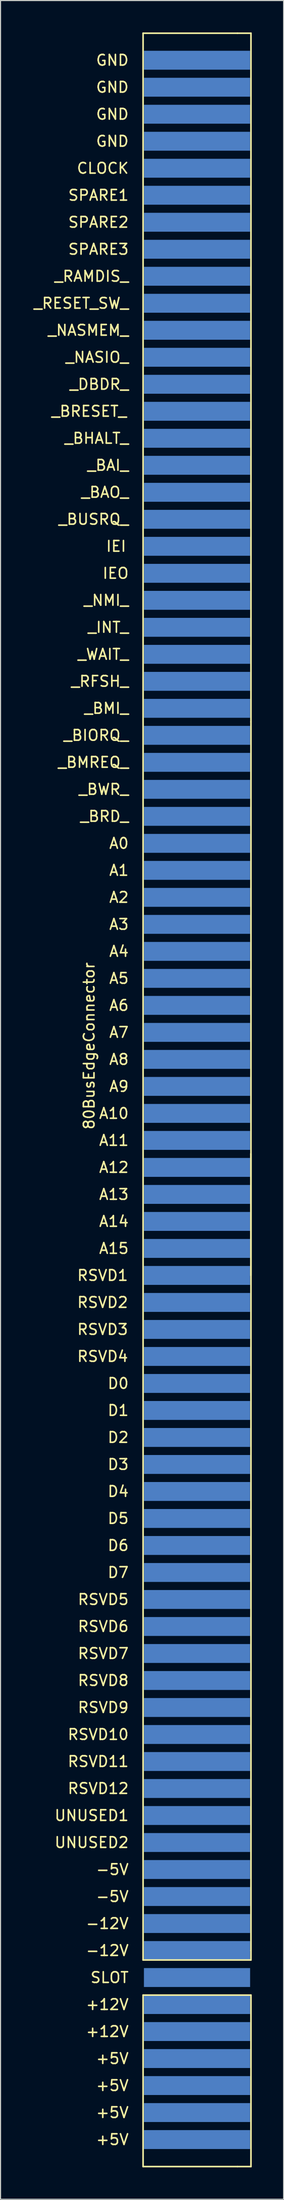
<source format=kicad_pcb>
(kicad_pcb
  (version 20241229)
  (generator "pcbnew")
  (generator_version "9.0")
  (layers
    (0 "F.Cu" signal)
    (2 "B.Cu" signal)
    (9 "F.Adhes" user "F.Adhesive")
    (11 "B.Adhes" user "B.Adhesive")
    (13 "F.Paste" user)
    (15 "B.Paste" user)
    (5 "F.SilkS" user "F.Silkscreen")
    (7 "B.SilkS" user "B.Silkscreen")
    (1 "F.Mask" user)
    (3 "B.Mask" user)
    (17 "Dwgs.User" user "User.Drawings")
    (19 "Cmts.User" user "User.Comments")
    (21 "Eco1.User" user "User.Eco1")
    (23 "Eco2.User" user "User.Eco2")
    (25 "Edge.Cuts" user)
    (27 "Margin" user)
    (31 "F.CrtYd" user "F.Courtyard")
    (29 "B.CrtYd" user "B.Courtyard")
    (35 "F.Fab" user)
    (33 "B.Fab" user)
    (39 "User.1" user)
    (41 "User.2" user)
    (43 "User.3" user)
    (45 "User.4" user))
  (footprint "80BusEdgeConnector"
    (layer "F.Cu")
    (at 14.235 111.835)
    (property "Reference" "80BusEdgeConnector" (at -8.89 -16.51 90) (layer "F.SilkS") (effects (font (size 1 1) (thickness 0.15))))
    (attr through_hole)
    (fp_line (start -3.81 -111.76) (end 5.08 -111.76) (stroke (width 0.15) (type solid)) (layer "F.SilkS"))
    (fp_line (start -3.81 69.469) (end -3.81 -111.76) (stroke (width 0.15) (type solid)) (layer "F.SilkS"))
    (fp_line (start -3.81 69.469) (end 6.35 69.469) (stroke (width 0.15) (type solid)) (layer "F.SilkS"))
    (fp_line (start -3.81 72.771) (end -3.81 88.9) (stroke (width 0.15) (type solid)) (layer "F.SilkS"))
    (fp_line (start -3.81 72.771) (end 6.35 72.771) (stroke (width 0.15) (type solid)) (layer "F.SilkS"))
    (fp_line (start 5.08 -111.76) (end 6.35 -111.76) (stroke (width 0.15) (type solid)) (layer "F.SilkS"))
    (fp_line (start 5.08 88.9) (end -3.81 88.9) (stroke (width 0.15) (type solid)) (layer "F.SilkS"))
    (fp_line (start 5.08 88.9) (end 6.35 88.9) (stroke (width 0.15) (type solid)) (layer "F.SilkS"))
    (fp_line (start 6.35 -111.76) (end 6.35 -46.99) (stroke (width 0.15) (type solid)) (layer "F.SilkS"))
    (fp_line (start 6.35 -6.35) (end 6.35 -46.99) (stroke (width 0.15) (type solid)) (layer "F.SilkS"))
    (fp_line (start 6.35 -6.35) (end 6.35 5.08) (stroke (width 0.15) (type solid)) (layer "F.SilkS"))
    (fp_line (start 6.35 68.58) (end 6.35 -6.35) (stroke (width 0.15) (type solid)) (layer "F.SilkS"))
    (fp_line (start 6.35 69.469) (end 6.35 68.58) (stroke (width 0.15) (type solid)) (layer "F.SilkS"))
    (fp_line (start 6.35 72.771) (end 6.35 88.9) (stroke (width 0.15) (type solid)) (layer "F.SilkS"))
    (fp_text user "_RESET_SW_" (at -5.08 -86.36 0) (layer "F.SilkS") (effects (font (size 1 1) (thickness 0.15)) (justify right)))
    (fp_text user "-5V" (at -5.08 60.96 0) (layer "F.SilkS") (effects (font (size 1 1) (thickness 0.15)) (justify right)))
    (fp_text user "RSVD4" (at -7.62 12.7 0) (layer "F.SilkS") (effects (font (size 1 1) (thickness 0.15))))
    (fp_text user "A3" (at -5.08 -27.94 0) (layer "F.SilkS") (effects (font (size 1 1) (thickness 0.15)) (justify right)))
    (fp_text user "D2" (at -5.08 20.32 0) (layer "F.SilkS") (effects (font (size 1 1) (thickness 0.15)) (justify right)))
    (fp_text user "A14" (at -5.08 0 0) (layer "F.SilkS") (effects (font (size 1 1) (thickness 0.15)) (justify right)))
    (fp_text user "D4" (at -5.08 25.4 0) (layer "F.SilkS") (effects (font (size 1 1) (thickness 0.15)) (justify right)))
    (fp_text user "RSVD2" (at -7.62 7.62 0) (layer "F.SilkS") (effects (font (size 1 1) (thickness 0.15))))
    (fp_text user "A7" (at -5.08 -17.78 0) (layer "F.SilkS") (effects (font (size 1 1) (thickness 0.15)) (justify right)))
    (fp_text user "RSVD5" (at -5.08 35.56 0) (layer "F.SilkS") (effects (font (size 1 1) (thickness 0.15)) (justify right)))
    (fp_text user "_RFSH_" (at -5.08 -50.8 0) (layer "F.SilkS") (effects (font (size 1 1) (thickness 0.15)) (justify right)))
    (fp_text user "_NMI_" (at -5.08 -58.42 0) (layer "F.SilkS") (effects (font (size 1 1) (thickness 0.15)) (justify right)))
    (fp_text user "-12V" (at -5.08 66.04 0) (layer "F.SilkS") (effects (font (size 1 1) (thickness 0.15)) (justify right)))
    (fp_text user "RSVD9" (at -5.08 45.72 0) (layer "F.SilkS") (effects (font (size 1 1) (thickness 0.15)) (justify right)))
    (fp_text user "RSVD6" (at -5.08 38.1 0) (layer "F.SilkS") (effects (font (size 1 1) (thickness 0.15)) (justify right)))
    (fp_text user "RSVD10" (at -5.08 48.26 0) (layer "F.SilkS") (effects (font (size 1 1) (thickness 0.15)) (justify right)))
    (fp_text user "_WAIT_" (at -5.08 -53.34 0) (layer "F.SilkS") (effects (font (size 1 1) (thickness 0.15)) (justify right)))
    (fp_text user "_BUSRQ_" (at -5.08 -66.04 0) (layer "F.SilkS") (effects (font (size 1 1) (thickness 0.15)) (justify right)))
    (fp_text user "UNUSED2" (at -5.08 58.42 0) (layer "F.SilkS") (effects (font (size 1 1) (thickness 0.15)) (justify right)))
    (fp_text user "D5" (at -5.08 27.94 0) (layer "F.SilkS") (effects (font (size 1 1) (thickness 0.15)) (justify right)))
    (fp_text user "A0" (at -5.08 -35.56 0) (layer "F.SilkS") (effects (font (size 1 1) (thickness 0.15)) (justify right)))
    (fp_text user "+5V" (at -5.08 83.82 0) (layer "F.SilkS") (effects (font (size 1 1) (thickness 0.15)) (justify right)))
    (fp_text user "GND" (at -5.08 -104.14 0) (layer "F.SilkS") (effects (font (size 1 1) (thickness 0.15)) (justify right)))
    (fp_text user "D0" (at -5.08 15.24 0) (layer "F.SilkS") (effects (font (size 1 1) (thickness 0.15)) (justify right)))
    (fp_text user "IEO" (at -5.08 -60.96 0) (layer "F.SilkS") (effects (font (size 1 1) (thickness 0.15)) (justify right)))
    (fp_text user "D3" (at -5.08 22.86 0) (layer "F.SilkS") (effects (font (size 1 1) (thickness 0.15)) (justify right)))
    (fp_text user "_BRESET_" (at -8.89 -76.2 0) (layer "F.SilkS") (effects (font (size 1 1) (thickness 0.15))))
    (fp_text user "SPARE1" (at -5.08 -96.52 0) (layer "F.SilkS") (effects (font (size 1 1) (thickness 0.15)) (justify right)))
    (fp_text user "RSVD12" (at -5.08 53.34 0) (layer "F.SilkS") (effects (font (size 1 1) (thickness 0.15)) (justify right)))
    (fp_text user "A15" (at -5.08 2.54 0) (layer "F.SilkS") (effects (font (size 1 1) (thickness 0.15)) (justify right)))
    (fp_text user "+12V" (at -5.08 73.66 0) (layer "F.SilkS") (effects (font (size 1 1) (thickness 0.15)) (justify right)))
    (fp_text user "SPARE3" (at -5.08 -91.44 0) (layer "F.SilkS") (effects (font (size 1 1) (thickness 0.15)) (justify right)))
    (fp_text user "A5" (at -5.08 -22.86 0) (layer "F.SilkS") (effects (font (size 1 1) (thickness 0.15)) (justify right)))
    (fp_text user "_RAMDIS_" (at -5.08 -88.9 0) (layer "F.SilkS") (effects (font (size 1 1) (thickness 0.15)) (justify right)))
    (fp_text user "A9" (at -5.08 -12.7 0) (layer "F.SilkS") (effects (font (size 1 1) (thickness 0.15)) (justify right)))
    (fp_text user "_BMREQ_" (at -5.08 -43.18 0) (layer "F.SilkS") (effects (font (size 1 1) (thickness 0.15)) (justify right)))
    (fp_text user "_INT_" (at -5.08 -55.88 0) (layer "F.SilkS") (effects (font (size 1 1) (thickness 0.15)) (justify right)))
    (fp_text user "A12" (at -5.08 -5.08 0) (layer "F.SilkS") (effects (font (size 1 1) (thickness 0.15)) (justify right)))
    (fp_text user "D1" (at -5.08 17.78 0) (layer "F.SilkS") (effects (font (size 1 1) (thickness 0.15)) (justify right)))
    (fp_text user "RSVD11" (at -5.08 50.8 0) (layer "F.SilkS") (effects (font (size 1 1) (thickness 0.15)) (justify right)))
    (fp_text user "A6" (at -5.08 -20.32 0) (layer "F.SilkS") (effects (font (size 1 1) (thickness 0.15)) (justify right)))
    (fp_text user "IEI" (at -6.35 -63.5 0) (layer "F.SilkS") (effects (font (size 1 1) (thickness 0.15))))
    (fp_text user "+12V" (at -5.08 76.2 0) (layer "F.SilkS") (effects (font (size 1 1) (thickness 0.15)) (justify right)))
    (fp_text user "_BRD_" (at -5.08 -38.1 0) (layer "F.SilkS") (effects (font (size 1 1) (thickness 0.15)) (justify right)))
    (fp_text user "+5V" (at -5.08 86.36 0) (layer "F.SilkS") (effects (font (size 1 1) (thickness 0.15)) (justify right)))
    (fp_text user "_BHALT_" (at -5.08 -73.66 0) (layer "F.SilkS") (effects (font (size 1 1) (thickness 0.15)) (justify right)))
    (fp_text user "+5V" (at -5.08 81.28 0) (layer "F.SilkS") (effects (font (size 1 1) (thickness 0.15)) (justify right)))
    (fp_text user "SLOT" (at -5.08 71.12 0) (layer "F.SilkS") (effects (font (size 1 1) (thickness 0.15)) (justify right)))
    (fp_text user "GND" (at -5.08 -109.22 0) (layer "F.SilkS") (effects (font (size 1 1) (thickness 0.15)) (justify right)))
    (fp_text user "CLOCK" (at -5.08 -99.06 0) (layer "F.SilkS") (effects (font (size 1 1) (thickness 0.15)) (justify right)))
    (fp_text user "A8" (at -5.08 -15.24 0) (layer "F.SilkS") (effects (font (size 1 1) (thickness 0.15)) (justify right)))
    (fp_text user "RSVD1" (at -7.62 5.08 0) (layer "F.SilkS") (effects (font (size 1 1) (thickness 0.15))))
    (fp_text user "_BAI_" (at -5.08 -71.12 0) (layer "F.SilkS") (effects (font (size 1 1) (thickness 0.15)) (justify right)))
    (fp_text user "A1" (at -5.08 -33.02 0) (layer "F.SilkS") (effects (font (size 1 1) (thickness 0.15)) (justify right)))
    (fp_text user "D7" (at -5.08 33.02 0) (layer "F.SilkS") (effects (font (size 1 1) (thickness 0.15)) (justify right)))
    (fp_text user "A13" (at -5.08 -2.54 0) (layer "F.SilkS") (effects (font (size 1 1) (thickness 0.15)) (justify right)))
    (fp_text user "_NASMEM_" (at -5.08 -83.82 0) (layer "F.SilkS") (effects (font (size 1 1) (thickness 0.15)) (justify right)))
    (fp_text user "A2" (at -5.08 -30.48 0) (layer "F.SilkS") (effects (font (size 1 1) (thickness 0.15)) (justify right)))
    (fp_text user "_BIORQ_" (at -5.08 -45.72 0) (layer "F.SilkS") (effects (font (size 1 1) (thickness 0.15)) (justify right)))
    (fp_text user "_BAO_" (at -5.08 -68.58 0) (layer "F.SilkS") (effects (font (size 1 1) (thickness 0.15)) (justify right)))
    (fp_text user "+5V" (at -5.08 78.74 0) (layer "F.SilkS") (effects (font (size 1 1) (thickness 0.15)) (justify right)))
    (fp_text user "D6" (at -5.08 30.48 0) (layer "F.SilkS") (effects (font (size 1 1) (thickness 0.15)) (justify right)))
    (fp_text user "RSVD7" (at -5.08 40.64 0) (layer "F.SilkS") (effects (font (size 1 1) (thickness 0.15)) (justify right)))
    (fp_text user "A10" (at -5.08 -10.16 0) (layer "F.SilkS") (effects (font (size 1 1) (thickness 0.15)) (justify right)))
    (fp_text user "SPARE2" (at -5.08 -93.98 0) (layer "F.SilkS") (effects (font (size 1 1) (thickness 0.15)) (justify right)))
    (fp_text user "UNUSED1" (at -5.08 55.88 0) (layer "F.SilkS") (effects (font (size 1 1) (thickness 0.15)) (justify right)))
    (fp_text user "-5V" (at -5.08 63.5 0) (layer "F.SilkS") (effects (font (size 1 1) (thickness 0.15)) (justify right)))
    (fp_text user "RSVD8" (at -5.08 43.18 0) (layer "F.SilkS") (effects (font (size 1 1) (thickness 0.15)) (justify right)))
    (fp_text user "RSVD3" (at -7.62 10.16 0) (layer "F.SilkS") (effects (font (size 1 1) (thickness 0.15))))
    (fp_text user "GND" (at -5.08 -101.6 0) (layer "F.SilkS") (effects (font (size 1 1) (thickness 0.15)) (justify right)))
    (fp_text user "_NASIO_" (at -5.08 -81.28 0) (layer "F.SilkS") (effects (font (size 1 1) (thickness 0.15)) (justify right)))
    (fp_text user "_BMI_" (at -5.08 -48.26 0) (layer "F.SilkS") (effects (font (size 1 1) (thickness 0.15)) (justify right)))
    (fp_text user "GND" (at -5.08 -106.68 0) (layer "F.SilkS") (effects (font (size 1 1) (thickness 0.15)) (justify right)))
    (fp_text user "_DBDR_" (at -5.08 -78.74 0) (layer "F.SilkS") (effects (font (size 1 1) (thickness 0.15)) (justify right)))
    (fp_text user "A11" (at -5.08 -7.62 0) (layer "F.SilkS") (effects (font (size 1 1) (thickness 0.15)) (justify right)))
    (fp_text user "-12V" (at -5.08 68.58 0) (layer "F.SilkS") (effects (font (size 1 1) (thickness 0.15)) (justify right)))
    (fp_text user "A4" (at -5.08 -25.4 0) (layer "F.SilkS") (effects (font (size 1 1) (thickness 0.15)) (justify right)))
    (fp_text user "_BWR_" (at -5.08 -40.64 0) (layer "F.SilkS") (effects (font (size 1 1) (thickness 0.15)) (justify right)))
    (pad "1" connect rect (at 1.27 -109.22 90) (size 1.778 10) (layers "B.Cu" "B.Mask"))
    (pad "2" connect rect (at 1.27 -106.68 90) (size 1.778 10) (layers "B.Cu" "B.Mask"))
    (pad "3" connect rect (at 1.27 -104.14 90) (size 1.778 10) (layers "B.Cu" "B.Mask"))
    (pad "4" connect rect (at 1.27 -101.6 90) (size 1.778 10) (layers "B.Cu" "B.Mask"))
    (pad "5" connect rect (at 1.27 -99.06 90) (size 1.778 10) (layers "B.Cu" "B.Mask"))
    (pad "6" connect rect (at 1.27 -96.52 90) (size 1.778 10) (layers "B.Cu" "B.Mask"))
    (pad "7" connect rect (at 1.27 -93.98 90) (size 1.778 10) (layers "B.Cu" "B.Mask"))
    (pad "8" connect rect (at 1.27 -91.44 90) (size 1.778 10) (layers "B.Cu" "B.Mask"))
    (pad "9" connect rect (at 1.27 -88.9 90) (size 1.778 10) (layers "B.Cu" "B.Mask"))
    (pad "10" connect rect (at 1.27 -86.36 90) (size 1.778 10) (layers "B.Cu" "B.Mask"))
    (pad "11" connect rect (at 1.27 -83.82 90) (size 1.778 10) (layers "B.Cu" "B.Mask"))
    (pad "12" connect rect (at 1.27 -81.28 90) (size 1.778 10) (layers "B.Cu" "B.Mask"))
    (pad "13" connect rect (at 1.27 -78.74 90) (size 1.778 10) (layers "B.Cu" "B.Mask"))
    (pad "14" connect rect (at 1.27 -76.2 90) (size 1.778 10) (layers "B.Cu" "B.Mask"))
    (pad "15" connect rect (at 1.27 -73.66 90) (size 1.778 10) (layers "B.Cu" "B.Mask"))
    (pad "16" connect rect (at 1.27 -71.12 90) (size 1.778 10) (layers "B.Cu" "B.Mask"))
    (pad "17" connect rect (at 1.27 -68.58 90) (size 1.778 10) (layers "B.Cu" "B.Mask"))
    (pad "18" connect rect (at 1.27 -66.04 90) (size 1.778 10) (layers "B.Cu" "B.Mask"))
    (pad "19" connect rect (at 1.27 -63.5 90) (size 1.778 10) (layers "B.Cu" "B.Mask"))
    (pad "20" connect rect (at 1.27 -60.96 90) (size 1.778 10) (layers "B.Cu" "B.Mask"))
    (pad "21" connect rect (at 1.27 -58.42 90) (size 1.778 10) (layers "B.Cu" "B.Mask"))
    (pad "22" connect rect (at 1.27 -55.88 90) (size 1.778 10) (layers "B.Cu" "B.Mask"))
    (pad "23" connect rect (at 1.27 -53.34 90) (size 1.778 10) (layers "B.Cu" "B.Mask"))
    (pad "24" connect rect (at 1.27 -50.8 90) (size 1.778 10) (layers "B.Cu" "B.Mask"))
    (pad "25" connect rect (at 1.27 -48.26 90) (size 1.778 10) (layers "B.Cu" "B.Mask"))
    (pad "26" connect rect (at 1.27 -45.72 90) (size 1.778 10) (layers "B.Cu" "B.Mask"))
    (pad "27" connect rect (at 1.27 -43.18 90) (size 1.778 10) (layers "B.Cu" "B.Mask"))
    (pad "28" connect rect (at 1.27 -40.64 90) (size 1.778 10) (layers "B.Cu" "B.Mask"))
    (pad "29" connect rect (at 1.27 -38.1 90) (size 1.778 10) (layers "B.Cu" "B.Mask"))
    (pad "30" connect rect (at 1.27 -35.56 90) (size 1.778 10) (layers "B.Cu" "B.Mask"))
    (pad "31" connect rect (at 1.27 -33.02 90) (size 1.778 10) (layers "B.Cu" "B.Mask"))
    (pad "32" connect rect (at 1.27 -30.48 90) (size 1.778 10) (layers "B.Cu" "B.Mask"))
    (pad "33" connect rect (at 1.27 -27.94 90) (size 1.778 10) (layers "B.Cu" "B.Mask"))
    (pad "34" connect rect (at 1.27 -25.4 90) (size 1.778 10) (layers "B.Cu" "B.Mask"))
    (pad "35" connect rect (at 1.27 -22.86 90) (size 1.778 10) (layers "B.Cu" "B.Mask"))
    (pad "36" connect rect (at 1.27 -20.32 90) (size 1.778 10) (layers "B.Cu" "B.Mask"))
    (pad "37" connect rect (at 1.27 -17.78 90) (size 1.778 10) (layers "B.Cu" "B.Mask"))
    (pad "38" connect rect (at 1.27 -15.24 90) (size 1.778 10) (layers "B.Cu" "B.Mask"))
    (pad "39" connect rect (at 1.27 -12.7 90) (size 1.778 10) (layers "B.Cu" "B.Mask"))
    (pad "40" connect rect (at 1.27 -10.16 90) (size 1.778 10) (layers "B.Cu" "B.Mask"))
    (pad "41" connect rect (at 1.27 -7.62 90) (size 1.778 10) (layers "B.Cu" "B.Mask"))
    (pad "42" connect rect (at 1.27 -5.08 90) (size 1.778 10) (layers "B.Cu" "B.Mask"))
    (pad "43" connect rect (at 1.27 -2.54 90) (size 1.778 10) (layers "B.Cu" "B.Mask"))
    (pad "44" connect rect (at 1.27 0 90) (size 1.778 10) (layers "B.Cu" "B.Mask"))
    (pad "45" connect rect (at 1.27 2.54 90) (size 1.778 10) (layers "B.Cu" "B.Mask"))
    (pad "46" connect rect (at 1.27 5.08 90) (size 1.778 10) (layers "B.Cu" "B.Mask"))
    (pad "47" connect rect (at 1.27 7.62 90) (size 1.778 10) (layers "B.Cu" "B.Mask"))
    (pad "48" connect rect (at 1.27 10.16 90) (size 1.778 10) (layers "B.Cu" "B.Mask"))
    (pad "49" connect rect (at 1.27 12.7 90) (size 1.778 10) (layers "B.Cu" "B.Mask"))
    (pad "50" connect rect (at 1.27 15.24 90) (size 1.778 10) (layers "B.Cu" "B.Mask"))
    (pad "51" connect rect (at 1.27 17.78 90) (size 1.778 10) (layers "B.Cu" "B.Mask"))
    (pad "52" connect rect (at 1.27 20.32 90) (size 1.778 10) (layers "B.Cu" "B.Mask"))
    (pad "53" connect rect (at 1.27 22.86 90) (size 1.778 10) (layers "B.Cu" "B.Mask"))
    (pad "54" connect rect (at 1.27 25.4 90) (size 1.778 10) (layers "B.Cu" "B.Mask"))
    (pad "55" connect rect (at 1.27 27.94 90) (size 1.778 10) (layers "B.Cu" "B.Mask"))
    (pad "56" connect rect (at 1.27 30.48 90) (size 1.778 10) (layers "B.Cu" "B.Mask"))
    (pad "57" connect rect (at 1.27 33.02 90) (size 1.778 10) (layers "B.Cu" "B.Mask"))
    (pad "58" connect rect (at 1.27 35.56 90) (size 1.778 10) (layers "B.Cu" "B.Mask"))
    (pad "59" connect rect (at 1.27 38.1 90) (size 1.778 10) (layers "B.Cu" "B.Mask"))
    (pad "60" connect rect (at 1.27 40.64 90) (size 1.778 10) (layers "B.Cu" "B.Mask"))
    (pad "61" connect rect (at 1.27 43.18 90) (size 1.778 10) (layers "B.Cu" "B.Mask"))
    (pad "62" connect rect (at 1.27 45.72 90) (size 1.778 10) (layers "B.Cu" "B.Mask"))
    (pad "63" connect rect (at 1.27 48.26 90) (size 1.778 10) (layers "B.Cu" "B.Mask"))
    (pad "64" connect rect (at 1.27 50.8 90) (size 1.778 10) (layers "B.Cu" "B.Mask"))
    (pad "65" connect rect (at 1.27 53.34 90) (size 1.778 10) (layers "B.Cu" "B.Mask"))
    (pad "66" connect rect (at 1.27 55.88 90) (size 1.778 10) (layers "B.Cu" "B.Mask"))
    (pad "67" connect rect (at 1.27 58.42 90) (size 1.778 10) (layers "B.Cu" "B.Mask"))
    (pad "68" connect rect (at 1.27 60.96 90) (size 1.778 10) (layers "B.Cu" "B.Mask"))
    (pad "69" connect rect (at 1.27 63.5 90) (size 1.778 10) (layers "B.Cu" "B.Mask"))
    (pad "70" connect rect (at 1.27 66.04 90) (size 1.778 10) (layers "B.Cu" "B.Mask"))
    (pad "71" connect rect (at 1.27 68.58 90) (size 1.778 10) (layers "B.Cu" "B.Mask"))
    (pad "72" connect rect (at 1.27 71.12 90) (size 1.778 10) (layers "B.Cu" "B.Mask"))
    (pad "73" connect rect (at 1.27 73.66 90) (size 1.778 10) (layers "B.Cu" "B.Mask"))
    (pad "74" connect rect (at 1.27 76.2 90) (size 1.778 10) (layers "B.Cu" "B.Mask"))
    (pad "75" connect rect (at 1.27 78.74 90) (size 1.778 10) (layers "B.Cu" "B.Mask"))
    (pad "76" connect rect (at 1.27 81.28 90) (size 1.778 10) (layers "B.Cu" "B.Mask"))
    (pad "77" connect rect (at 1.27 83.82 90) (size 1.778 10) (layers "B.Cu" "B.Mask"))
    (pad "78" connect rect (at 1.27 86.36 90) (size 1.778 10) (layers "B.Cu" "B.Mask")))
  (gr_rect
    (start -3 -3)
    (end 23.66 203.81)
    (stroke (width 0.1) (type default))
    (fill no)
    (layer "Edge.Cuts")))
</source>
